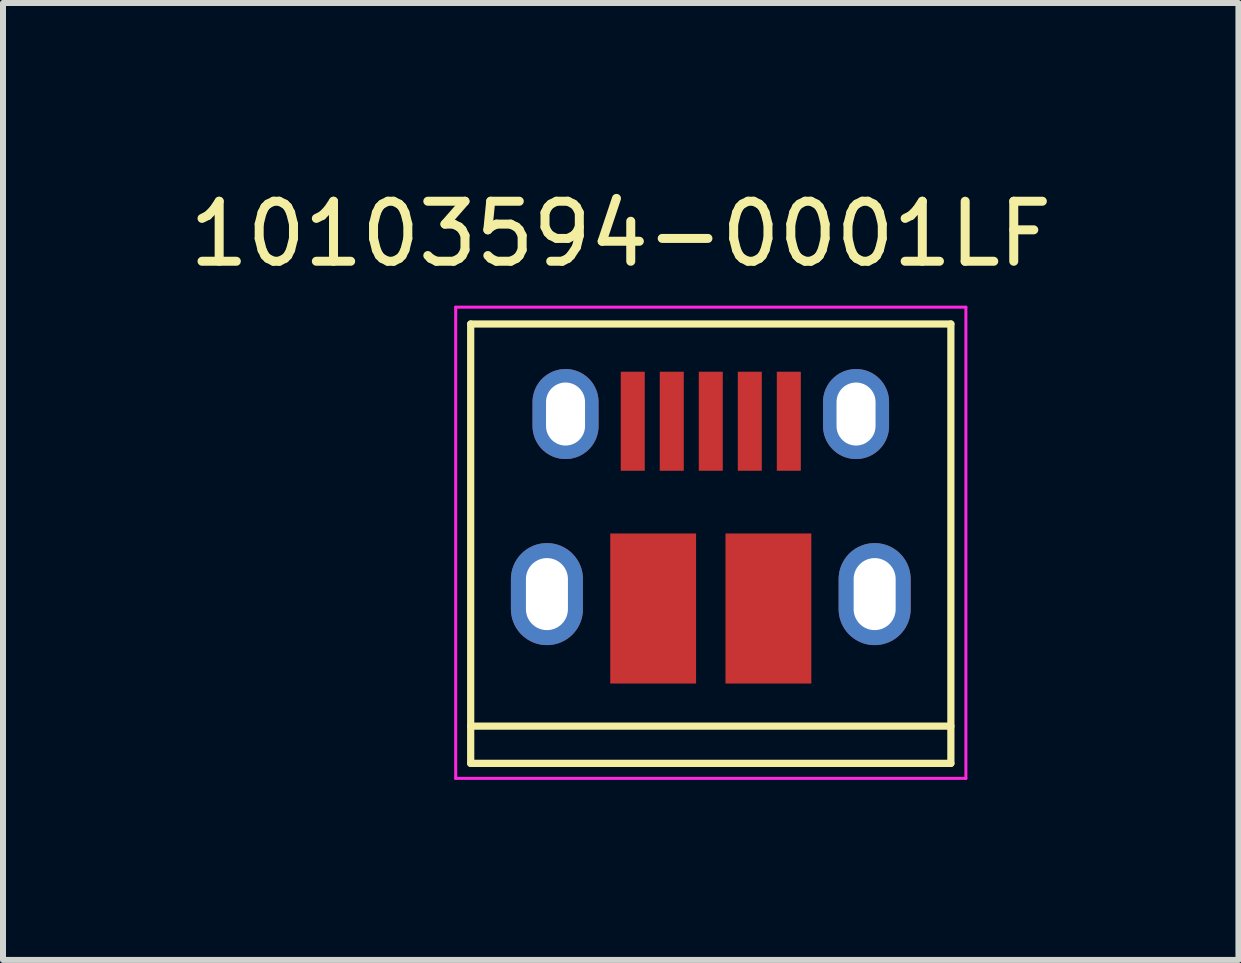
<source format=kicad_pcb>
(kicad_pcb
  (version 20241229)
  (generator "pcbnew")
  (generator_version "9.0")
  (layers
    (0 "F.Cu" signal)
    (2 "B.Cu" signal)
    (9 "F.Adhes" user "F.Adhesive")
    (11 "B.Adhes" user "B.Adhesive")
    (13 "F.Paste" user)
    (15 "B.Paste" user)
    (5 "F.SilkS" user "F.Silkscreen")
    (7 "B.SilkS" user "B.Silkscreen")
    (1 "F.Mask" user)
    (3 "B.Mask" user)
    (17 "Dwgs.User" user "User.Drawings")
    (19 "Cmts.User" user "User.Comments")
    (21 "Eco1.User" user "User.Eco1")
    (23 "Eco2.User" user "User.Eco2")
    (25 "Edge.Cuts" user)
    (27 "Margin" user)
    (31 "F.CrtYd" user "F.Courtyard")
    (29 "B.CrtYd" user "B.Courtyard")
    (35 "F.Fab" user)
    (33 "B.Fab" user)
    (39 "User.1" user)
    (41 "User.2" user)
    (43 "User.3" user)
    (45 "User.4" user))
  (footprint "10103594-0001LF"
    (layer "F.Cu")
    (at 8.792 5.468)
    (property "Reference" "10103594-0001LF" (at -1.5 -4.62 0) (layer "F.SilkS") (effects (font (size 1 1) (thickness 0.15))))
    (attr smd)
    (fp_line (start -4 -3.12) (end 4 -3.12) (stroke (width 0.12) (type solid)) (layer "F.SilkS"))
    (fp_line (start -4 4.2) (end -4 -3.12) (stroke (width 0.12) (type solid)) (layer "F.SilkS"))
    (fp_line (start -4 4.2) (end 4 4.2) (stroke (width 0.12) (type solid)) (layer "F.SilkS"))
    (fp_line (start 4 -3.12) (end 4 4.2) (stroke (width 0.12) (type solid)) (layer "F.SilkS"))
    (fp_line (start 4 3.58) (end -4 3.58) (stroke (width 0.12) (type solid)) (layer "F.SilkS"))
    (fp_line (start -4.25 -3.4) (end 4.25 -3.4) (stroke (width 0.05) (type solid)) (layer "F.CrtYd"))
    (fp_line (start -4.25 4.45) (end -4.25 -3.4) (stroke (width 0.05) (type solid)) (layer "F.CrtYd"))
    (fp_line (start 4.25 -3.4) (end 4.25 4.45) (stroke (width 0.05) (type solid)) (layer "F.CrtYd"))
    (fp_line (start 4.25 4.45) (end -4.25 4.45) (stroke (width 0.05) (type solid)) (layer "F.CrtYd"))
    (pad "1" smd rect (at -1.3 -1.5 90) (size 1.65 0.4) (layers "F.Cu" "F.Mask" "F.Paste"))
    (pad "2" smd rect (at -0.65 -1.5 90) (size 1.65 0.4) (layers "F.Cu" "F.Mask" "F.Paste"))
    (pad "3" smd rect (at 0 -1.5 90) (size 1.65 0.4) (layers "F.Cu" "F.Mask" "F.Paste"))
    (pad "4" smd rect (at 0.65 -1.5 90) (size 1.65 0.4) (layers "F.Cu" "F.Mask" "F.Paste"))
    (pad "5" smd rect (at 1.3 -1.5 90) (size 1.65 0.4) (layers "F.Cu" "F.Mask" "F.Paste"))
    (pad "6" thru_hole oval (at -2.73 1.38 90) (size 1.7 1.2) (drill oval 1.2 0.7) (layers "*.Cu" "*.Mask"))
    (pad "6" thru_hole oval (at -2.42 -1.62 90) (size 1.5 1.1) (drill oval 1.05 0.65) (layers "*.Cu" "*.Mask"))
    (pad "6" smd rect (at -0.96 1.62 90) (size 2.5 1.43) (layers "F.Cu" "F.Mask" "F.Paste"))
    (pad "6" smd rect (at 0.96 1.62 90) (size 2.5 1.43) (layers "F.Cu" "F.Mask" "F.Paste"))
    (pad "6" thru_hole oval (at 2.42 -1.62 90) (size 1.5 1.1) (drill oval 1.05 0.65) (layers "*.Cu" "*.Mask"))
    (pad "6" thru_hole oval (at 2.73 1.38 90) (size 1.7 1.2) (drill oval 1.2 0.7) (layers "*.Cu" "*.Mask")))
  (gr_rect
    (start -3 -3)
    (end 17.583 12.943)
    (stroke (width 0.1) (type default))
    (fill no)
    (layer "Edge.Cuts")))
</source>
